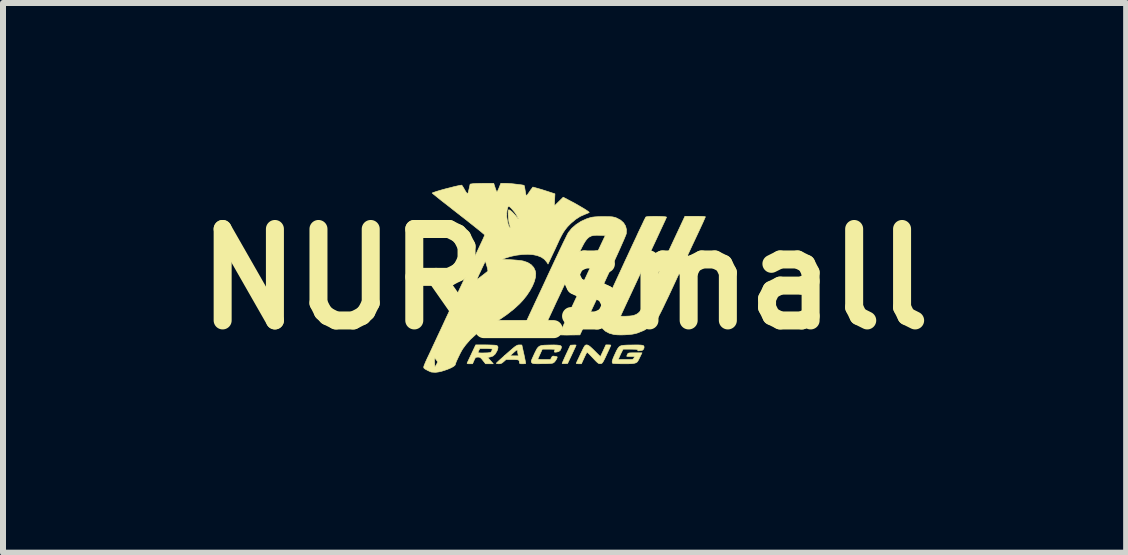
<source format=kicad_pcb>
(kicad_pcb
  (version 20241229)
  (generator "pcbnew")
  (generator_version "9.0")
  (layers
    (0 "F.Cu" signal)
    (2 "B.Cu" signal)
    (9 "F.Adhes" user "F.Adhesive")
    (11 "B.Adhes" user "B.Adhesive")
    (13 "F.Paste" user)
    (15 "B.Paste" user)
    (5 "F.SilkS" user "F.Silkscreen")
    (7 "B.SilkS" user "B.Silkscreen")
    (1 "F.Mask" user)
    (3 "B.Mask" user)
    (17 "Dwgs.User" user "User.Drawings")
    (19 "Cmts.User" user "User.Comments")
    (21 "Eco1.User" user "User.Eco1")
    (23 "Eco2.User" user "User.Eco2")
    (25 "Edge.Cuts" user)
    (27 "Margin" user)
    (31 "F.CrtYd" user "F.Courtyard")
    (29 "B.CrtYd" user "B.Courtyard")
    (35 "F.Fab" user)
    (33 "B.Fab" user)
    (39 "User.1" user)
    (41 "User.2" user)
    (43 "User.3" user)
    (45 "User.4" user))
  (footprint "NUR_small"
    (layer "F.Cu")
    (at 6.357 1.6)
    (property "Reference" "NUR_small" (at 0 0 0) (layer "F.SilkS") (effects (font (size 1.524 1.524) (thickness 0.3))))
    (attr through_hole)
    (fp_poly (pts (xy 0.191 1.1) (xy 0.193 1.101) (xy 0.189 1.111) (xy 0.178 1.137) (xy 0.16 1.175) (xy 0.139 1.221) (xy 0.122 1.257) (xy 0.051 1.407) (xy 0.005 1.41) (xy -0.022 1.41) (xy -0.038 1.408) (xy -0.04 1.405) (xy -0.036 1.394) (xy -0.024 1.367) (xy -0.007 1.329) (xy 0.014 1.282) (xy 0.029 1.25) (xy 0.098 1.102) (xy 0.146 1.099) (xy 0.173 1.098) (xy 0.191 1.1)) (stroke (width 0.01) (type solid)) (fill yes) (layer "F.SilkS"))
    (fp_poly (pts (xy 0.757 1.098) (xy 0.771 1.101) (xy 0.772 1.102) (xy 0.768 1.112) (xy 0.757 1.138) (xy 0.74 1.175) (xy 0.718 1.222) (xy 0.702 1.257) (xy 0.676 1.313) (xy 0.656 1.353) (xy 0.641 1.38) (xy 0.63 1.396) (xy 0.619 1.405) (xy 0.608 1.409) (xy 0.598 1.41) (xy 0.583 1.41) (xy 0.568 1.406) (xy 0.552 1.395) (xy 0.531 1.376) (xy 0.501 1.345) (xy 0.474 1.316) (xy 0.44 1.28) (xy 0.411 1.25) (xy 0.389 1.229) (xy 0.377 1.219) (xy 0.377 1.219) (xy 0.369 1.228) (xy 0.356 1.251) (xy 0.339 1.286) (xy 0.325 1.316) (xy 0.281 1.412) (xy 0.236 1.412) (xy 0.21 1.41) (xy 0.196 1.406) (xy 0.195 1.403) (xy 0.2 1.392) (xy 0.212 1.365) (xy 0.231 1.326) (xy 0.253 1.279) (xy 0.268 1.246) (xy 0.295 1.191) (xy 0.314 1.151) (xy 0.329 1.125) (xy 0.34 1.109) (xy 0.35 1.101) (xy 0.361 1.098) (xy 0.37 1.097) (xy 0.385 1.1) (xy 0.402 1.108) (xy 0.425 1.125) (xy 0.455 1.152) (xy 0.496 1.191) (xy 0.499 1.195) (xy 0.598 1.293) (xy 0.644 1.195) (xy 0.689 1.097) (xy 0.731 1.097) (xy 0.757 1.098)) (stroke (width 0.01) (type solid)) (fill yes) (layer "F.SilkS"))
    (fp_poly (pts (xy -0.728 1.098) (xy -0.713 1.099) (xy -0.711 1.1) (xy -0.709 1.11) (xy -0.703 1.137) (xy -0.694 1.176) (xy -0.684 1.225) (xy -0.677 1.252) (xy -0.666 1.305) (xy -0.657 1.35) (xy -0.651 1.384) (xy -0.648 1.404) (xy -0.649 1.407) (xy -0.661 1.41) (xy -0.686 1.412) (xy -0.703 1.412) (xy -0.733 1.411) (xy -0.747 1.406) (xy -0.752 1.395) (xy -0.752 1.393) (xy -0.753 1.371) (xy -0.759 1.356) (xy -0.773 1.347) (xy -0.798 1.343) (xy -0.839 1.341) (xy -0.87 1.341) (xy -0.975 1.341) (xy -1.015 1.377) (xy -1.044 1.4) (xy -1.07 1.41) (xy -1.097 1.412) (xy -1.122 1.41) (xy -1.136 1.405) (xy -1.136 1.402) (xy -1.128 1.393) (xy -1.106 1.372) (xy -1.074 1.342) (xy -1.033 1.306) (xy -1.004 1.279) (xy -0.909 1.279) (xy -0.77 1.28) (xy -0.776 1.248) (xy -0.781 1.219) (xy -0.782 1.198) (xy -0.784 1.184) (xy -0.791 1.181) (xy -0.806 1.189) (xy -0.831 1.209) (xy -0.853 1.229) (xy -0.909 1.279) (xy -1.004 1.279) (xy -0.986 1.264) (xy -0.965 1.245) (xy -0.91 1.197) (xy -0.868 1.161) (xy -0.836 1.134) (xy -0.812 1.117) (xy -0.793 1.106) (xy -0.778 1.1) (xy -0.764 1.098) (xy -0.754 1.098) (xy -0.728 1.098)) (stroke (width 0.01) (type solid)) (fill yes) (layer "F.SilkS"))
    (fp_poly (pts (xy -1.253 1.098) (xy -1.2 1.1) (xy -1.159 1.102) (xy -1.133 1.106) (xy -1.127 1.108) (xy -1.112 1.122) (xy -1.109 1.145) (xy -1.118 1.18) (xy -1.127 1.201) (xy -1.156 1.25) (xy -1.193 1.283) (xy -1.238 1.298) (xy -1.281 1.306) (xy -1.234 1.359) (xy -1.187 1.412) (xy -1.316 1.412) (xy -1.36 1.356) (xy -1.384 1.327) (xy -1.402 1.31) (xy -1.419 1.302) (xy -1.441 1.3) (xy -1.443 1.3) (xy -1.466 1.302) (xy -1.481 1.308) (xy -1.493 1.323) (xy -1.507 1.353) (xy -1.508 1.356) (xy -1.533 1.412) (xy -1.58 1.412) (xy -1.607 1.411) (xy -1.622 1.406) (xy -1.624 1.403) (xy -1.619 1.391) (xy -1.606 1.364) (xy -1.588 1.326) (xy -1.566 1.279) (xy -1.55 1.246) (xy -1.541 1.226) (xy -1.443 1.226) (xy -1.433 1.229) (xy -1.408 1.231) (xy -1.37 1.232) (xy -1.336 1.231) (xy -1.288 1.23) (xy -1.257 1.227) (xy -1.238 1.224) (xy -1.226 1.217) (xy -1.218 1.207) (xy -1.214 1.2) (xy -1.206 1.178) (xy -1.206 1.165) (xy -1.206 1.165) (xy -1.218 1.162) (xy -1.246 1.16) (xy -1.285 1.158) (xy -1.312 1.158) (xy -1.412 1.158) (xy -1.427 1.188) (xy -1.438 1.211) (xy -1.443 1.226) (xy -1.443 1.226) (xy -1.541 1.226) (xy -1.48 1.097) (xy -1.314 1.097) (xy -1.253 1.098)) (stroke (width 0.01) (type solid)) (fill yes) (layer "F.SilkS"))
    (fp_poly (pts (xy -0.124 1.1) (xy -0.088 1.104) (xy -0.065 1.111) (xy -0.054 1.121) (xy -0.052 1.136) (xy -0.054 1.149) (xy -0.07 1.186) (xy -0.097 1.208) (xy -0.13 1.216) (xy -0.159 1.219) (xy -0.171 1.214) (xy -0.168 1.201) (xy -0.162 1.188) (xy -0.159 1.179) (xy -0.161 1.174) (xy -0.173 1.17) (xy -0.197 1.169) (xy -0.236 1.168) (xy -0.261 1.168) (xy -0.371 1.168) (xy -0.406 1.246) (xy -0.423 1.283) (xy -0.436 1.313) (xy -0.444 1.33) (xy -0.445 1.333) (xy -0.437 1.336) (xy -0.413 1.339) (xy -0.376 1.341) (xy -0.341 1.341) (xy -0.234 1.341) (xy -0.218 1.31) (xy -0.206 1.29) (xy -0.191 1.283) (xy -0.166 1.286) (xy -0.165 1.286) (xy -0.139 1.291) (xy -0.124 1.296) (xy -0.123 1.296) (xy -0.123 1.308) (xy -0.132 1.33) (xy -0.147 1.355) (xy -0.164 1.378) (xy -0.169 1.383) (xy -0.18 1.392) (xy -0.192 1.399) (xy -0.208 1.403) (xy -0.233 1.406) (xy -0.269 1.408) (xy -0.32 1.41) (xy -0.36 1.41) (xy -0.423 1.411) (xy -0.469 1.411) (xy -0.5 1.41) (xy -0.521 1.407) (xy -0.534 1.403) (xy -0.543 1.397) (xy -0.55 1.387) (xy -0.554 1.377) (xy -0.553 1.362) (xy -0.545 1.34) (xy -0.53 1.306) (xy -0.508 1.258) (xy -0.503 1.246) (xy -0.478 1.196) (xy -0.458 1.159) (xy -0.438 1.134) (xy -0.414 1.117) (xy -0.383 1.107) (xy -0.341 1.102) (xy -0.285 1.1) (xy -0.246 1.099) (xy -0.176 1.098) (xy -0.124 1.1)) (stroke (width 0.01) (type solid)) (fill yes) (layer "F.SilkS"))
    (fp_poly (pts (xy 1.23 1.098) (xy 1.269 1.1) (xy 1.295 1.103) (xy 1.312 1.108) (xy 1.321 1.116) (xy 1.324 1.123) (xy 1.325 1.147) (xy 1.314 1.171) (xy 1.296 1.187) (xy 1.286 1.189) (xy 1.258 1.192) (xy 1.242 1.195) (xy 1.224 1.196) (xy 1.219 1.185) (xy 1.217 1.178) (xy 1.207 1.173) (xy 1.188 1.17) (xy 1.155 1.169) (xy 1.105 1.168) (xy 1.097 1.168) (xy 0.976 1.168) (xy 0.951 1.217) (xy 0.933 1.253) (xy 0.917 1.29) (xy 0.911 1.303) (xy 0.895 1.341) (xy 1.02 1.341) (xy 1.072 1.341) (xy 1.108 1.34) (xy 1.13 1.338) (xy 1.143 1.333) (xy 1.151 1.326) (xy 1.156 1.316) (xy 1.168 1.29) (xy 1.102 1.29) (xy 1.069 1.29) (xy 1.045 1.288) (xy 1.036 1.286) (xy 1.04 1.274) (xy 1.048 1.255) (xy 1.054 1.244) (xy 1.062 1.237) (xy 1.076 1.232) (xy 1.099 1.23) (xy 1.136 1.229) (xy 1.175 1.229) (xy 1.291 1.229) (xy 1.272 1.267) (xy 1.254 1.304) (xy 1.236 1.341) (xy 1.234 1.344) (xy 1.222 1.367) (xy 1.208 1.384) (xy 1.188 1.396) (xy 1.16 1.404) (xy 1.121 1.409) (xy 1.069 1.411) (xy 0.999 1.411) (xy 0.989 1.411) (xy 0.931 1.411) (xy 0.88 1.41) (xy 0.84 1.408) (xy 0.813 1.407) (xy 0.805 1.406) (xy 0.795 1.394) (xy 0.794 1.371) (xy 0.804 1.335) (xy 0.825 1.284) (xy 0.842 1.247) (xy 0.865 1.197) (xy 0.885 1.161) (xy 0.904 1.135) (xy 0.925 1.118) (xy 0.954 1.108) (xy 0.992 1.103) (xy 1.044 1.1) (xy 1.105 1.099) (xy 1.176 1.098) (xy 1.23 1.098)) (stroke (width 0.01) (type solid)) (fill yes) (layer "F.SilkS"))
    (fp_poly (pts (xy 0.712 -1.04) (xy 0.758 -1.039) (xy 0.793 -1.037) (xy 0.82 -1.032) (xy 0.844 -1.026) (xy 0.868 -1.017) (xy 0.934 -0.982) (xy 0.984 -0.937) (xy 1.017 -0.883) (xy 1.032 -0.823) (xy 1.029 -0.757) (xy 1.028 -0.754) (xy 1.022 -0.736) (xy 1.007 -0.7) (xy 0.985 -0.647) (xy 0.955 -0.58) (xy 0.919 -0.498) (xy 0.876 -0.403) (xy 0.827 -0.296) (xy 0.773 -0.178) (xy 0.713 -0.05) (xy 0.65 0.087) (xy 0.637 0.115) (xy 0.256 0.93) (xy 0.091 0.932) (xy 0.035 0.933) (xy -0.014 0.932) (xy -0.052 0.931) (xy -0.076 0.929) (xy -0.082 0.927) (xy -0.08 0.917) (xy -0.069 0.89) (xy -0.052 0.848) (xy -0.028 0.794) (xy 0.001 0.729) (xy 0.034 0.655) (xy 0.071 0.575) (xy 0.098 0.518) (xy 0.141 0.426) (xy 0.185 0.332) (xy 0.227 0.241) (xy 0.268 0.154) (xy 0.304 0.076) (xy 0.335 0.009) (xy 0.36 -0.043) (xy 0.366 -0.056) (xy 0.393 -0.115) (xy 0.427 -0.188) (xy 0.465 -0.269) (xy 0.504 -0.353) (xy 0.542 -0.435) (xy 0.562 -0.478) (xy 0.679 -0.726) (xy 0.591 -0.729) (xy 0.534 -0.73) (xy 0.487 -0.727) (xy 0.447 -0.718) (xy 0.412 -0.701) (xy 0.381 -0.675) (xy 0.351 -0.638) (xy 0.32 -0.588) (xy 0.286 -0.523) (xy 0.247 -0.441) (xy 0.236 -0.417) (xy 0.203 -0.347) (xy 0.17 -0.275) (xy 0.139 -0.207) (xy 0.111 -0.146) (xy 0.088 -0.098) (xy 0.083 -0.086) (xy 0.068 -0.054) (xy 0.045 -0.006) (xy 0.016 0.056) (xy -0.018 0.129) (xy -0.056 0.211) (xy -0.097 0.299) (xy -0.141 0.391) (xy -0.181 0.478) (xy -0.392 0.93) (xy -0.562 0.932) (xy -0.629 0.933) (xy -0.677 0.933) (xy -0.709 0.931) (xy -0.727 0.927) (xy -0.732 0.923) (xy -0.727 0.912) (xy -0.716 0.884) (xy -0.697 0.842) (xy -0.673 0.787) (xy -0.643 0.723) (xy -0.61 0.651) (xy -0.574 0.573) (xy -0.57 0.565) (xy -0.483 0.378) (xy -0.404 0.21) (xy -0.333 0.058) (xy -0.27 -0.079) (xy -0.213 -0.2) (xy -0.163 -0.307) (xy -0.119 -0.4) (xy -0.081 -0.481) (xy -0.048 -0.55) (xy -0.02 -0.609) (xy 0.004 -0.657) (xy 0.023 -0.696) (xy 0.038 -0.727) (xy 0.05 -0.75) (xy 0.059 -0.767) (xy 0.065 -0.777) (xy 0.12 -0.845) (xy 0.191 -0.907) (xy 0.274 -0.961) (xy 0.366 -1.003) (xy 0.427 -1.023) (xy 0.462 -1.031) (xy 0.503 -1.036) (xy 0.554 -1.039) (xy 0.618 -1.041) (xy 0.65 -1.041) (xy 0.712 -1.04)) (stroke (width 0.01) (type solid)) (fill yes) (layer "F.SilkS"))
    (fp_poly (pts (xy 2.233 -1.046) (xy 2.281 -1.045) (xy 2.318 -1.043) (xy 2.341 -1.04) (xy 2.347 -1.038) (xy 2.343 -1.026) (xy 2.331 -1) (xy 2.314 -0.96) (xy 2.291 -0.91) (xy 2.265 -0.854) (xy 2.255 -0.832) (xy 2.231 -0.781) (xy 2.2 -0.715) (xy 2.163 -0.636) (xy 2.121 -0.547) (xy 2.077 -0.452) (xy 2.031 -0.354) (xy 1.985 -0.255) (xy 1.954 -0.188) (xy 1.884 -0.039) (xy 1.823 0.092) (xy 1.769 0.208) (xy 1.722 0.308) (xy 1.68 0.395) (xy 1.645 0.469) (xy 1.614 0.532) (xy 1.587 0.585) (xy 1.565 0.628) (xy 1.545 0.663) (xy 1.527 0.692) (xy 1.511 0.715) (xy 1.496 0.733) (xy 1.482 0.748) (xy 1.467 0.761) (xy 1.452 0.773) (xy 1.435 0.785) (xy 1.419 0.797) (xy 1.319 0.857) (xy 1.213 0.899) (xy 1.178 0.909) (xy 1.132 0.918) (xy 1.072 0.925) (xy 1.005 0.929) (xy 0.938 0.931) (xy 0.877 0.929) (xy 0.828 0.925) (xy 0.823 0.924) (xy 0.746 0.903) (xy 0.682 0.869) (xy 0.633 0.825) (xy 0.599 0.772) (xy 0.583 0.711) (xy 0.585 0.644) (xy 0.588 0.627) (xy 0.594 0.612) (xy 0.607 0.581) (xy 0.627 0.534) (xy 0.654 0.474) (xy 0.686 0.402) (xy 0.724 0.32) (xy 0.765 0.23) (xy 0.809 0.132) (xy 0.856 0.03) (xy 0.905 -0.076) (xy 0.955 -0.184) (xy 1.005 -0.293) (xy 1.055 -0.4) (xy 1.103 -0.504) (xy 1.149 -0.603) (xy 1.193 -0.696) (xy 1.232 -0.782) (xy 1.268 -0.857) (xy 1.299 -0.921) (xy 1.323 -0.973) (xy 1.342 -1.01) (xy 1.352 -1.031) (xy 1.355 -1.034) (xy 1.367 -1.038) (xy 1.395 -1.042) (xy 1.435 -1.044) (xy 1.482 -1.045) (xy 1.533 -1.045) (xy 1.583 -1.044) (xy 1.628 -1.042) (xy 1.666 -1.039) (xy 1.691 -1.036) (xy 1.7 -1.031) (xy 1.7 -1.031) (xy 1.695 -1.021) (xy 1.683 -0.993) (xy 1.663 -0.95) (xy 1.636 -0.892) (xy 1.603 -0.821) (xy 1.565 -0.739) (xy 1.522 -0.646) (xy 1.474 -0.544) (xy 1.423 -0.434) (xy 1.369 -0.317) (xy 1.316 -0.205) (xy 1.26 -0.084) (xy 1.206 0.032) (xy 1.155 0.141) (xy 1.108 0.242) (xy 1.065 0.334) (xy 1.027 0.415) (xy 0.995 0.484) (xy 0.969 0.54) (xy 0.95 0.581) (xy 0.938 0.607) (xy 0.935 0.616) (xy 0.944 0.619) (xy 0.969 0.62) (xy 1.003 0.62) (xy 1.044 0.618) (xy 1.084 0.616) (xy 1.12 0.612) (xy 1.147 0.607) (xy 1.151 0.606) (xy 1.194 0.59) (xy 1.227 0.569) (xy 1.256 0.54) (xy 1.282 0.498) (xy 1.305 0.454) (xy 1.313 0.436) (xy 1.321 0.419) (xy 1.33 0.4) (xy 1.34 0.38) (xy 1.351 0.356) (xy 1.365 0.327) (xy 1.381 0.293) (xy 1.4 0.251) (xy 1.424 0.201) (xy 1.452 0.141) (xy 1.484 0.071) (xy 1.523 -0.012) (xy 1.568 -0.107) (xy 1.619 -0.217) (xy 1.678 -0.343) (xy 1.744 -0.486) (xy 1.758 -0.516) (xy 2.006 -1.046) (xy 2.176 -1.046) (xy 2.233 -1.046)) (stroke (width 0.01) (type solid)) (fill yes) (layer "F.SilkS"))
    (fp_poly (pts (xy -1.158 -1.527) (xy -1.146 -1.492) (xy -1.135 -1.464) (xy -1.129 -1.451) (xy -1.129 -1.451) (xy -1.122 -1.456) (xy -1.111 -1.476) (xy -1.097 -1.507) (xy -1.092 -1.519) (xy -1.062 -1.595) (xy -0.983 -1.595) (xy -0.951 -1.594) (xy -0.909 -1.591) (xy -0.86 -1.587) (xy -0.809 -1.581) (xy -0.761 -1.575) (xy -0.719 -1.57) (xy -0.689 -1.565) (xy -0.673 -1.56) (xy -0.673 -1.56) (xy -0.67 -1.549) (xy -0.664 -1.523) (xy -0.658 -1.487) (xy -0.656 -1.474) (xy -0.649 -1.435) (xy -0.643 -1.405) (xy -0.639 -1.388) (xy -0.638 -1.386) (xy -0.63 -1.391) (xy -0.616 -1.409) (xy -0.605 -1.425) (xy -0.582 -1.458) (xy -0.56 -1.491) (xy -0.552 -1.5) (xy -0.528 -1.533) (xy -0.455 -1.513) (xy -0.413 -1.501) (xy -0.36 -1.485) (xy -0.304 -1.467) (xy -0.27 -1.456) (xy -0.16 -1.42) (xy -0.165 -1.319) (xy -0.17 -1.218) (xy -0.096 -1.291) (xy -0.022 -1.364) (xy 0.103 -1.298) (xy 0.162 -1.267) (xy 0.22 -1.234) (xy 0.275 -1.202) (xy 0.324 -1.173) (xy 0.365 -1.147) (xy 0.394 -1.127) (xy 0.41 -1.113) (xy 0.411 -1.109) (xy 0.399 -1.103) (xy 0.374 -1.092) (xy 0.345 -1.081) (xy 0.261 -1.044) (xy 0.183 -0.994) (xy 0.105 -0.928) (xy 0.091 -0.914) (xy 0.05 -0.872) (xy 0.015 -0.829) (xy -0.017 -0.783) (xy -0.049 -0.728) (xy -0.083 -0.661) (xy -0.104 -0.615) (xy -0.127 -0.565) (xy -0.155 -0.504) (xy -0.185 -0.441) (xy -0.213 -0.382) (xy -0.213 -0.382) (xy -0.275 -0.25) (xy -0.294 -0.28) (xy -0.334 -0.328) (xy -0.387 -0.365) (xy -0.456 -0.392) (xy -0.529 -0.407) (xy -0.612 -0.413) (xy -0.706 -0.409) (xy -0.804 -0.397) (xy -0.899 -0.377) (xy -0.985 -0.35) (xy -0.99 -0.348) (xy -1.039 -0.328) (xy -0.893 -0.322) (xy -0.835 -0.318) (xy -0.778 -0.313) (xy -0.73 -0.308) (xy -0.695 -0.302) (xy -0.689 -0.301) (xy -0.615 -0.276) (xy -0.556 -0.239) (xy -0.513 -0.192) (xy -0.487 -0.135) (xy -0.48 -0.093) (xy -0.484 -0.032) (xy -0.502 0.038) (xy -0.534 0.115) (xy -0.578 0.195) (xy -0.632 0.276) (xy -0.695 0.354) (xy -0.75 0.413) (xy -0.844 0.499) (xy -0.953 0.585) (xy -1.071 0.667) (xy -1.193 0.741) (xy -1.276 0.785) (xy -1.376 0.844) (xy -1.474 0.919) (xy -1.567 1.004) (xy -1.647 1.096) (xy -1.694 1.16) (xy -1.715 1.194) (xy -1.738 1.237) (xy -1.761 1.284) (xy -1.783 1.33) (xy -1.802 1.371) (xy -1.814 1.403) (xy -1.819 1.422) (xy -1.819 1.423) (xy -1.828 1.439) (xy -1.853 1.458) (xy -1.891 1.479) (xy -1.938 1.499) (xy -1.99 1.518) (xy -2.043 1.535) (xy -2.094 1.547) (xy -2.138 1.553) (xy -2.156 1.554) (xy -2.19 1.552) (xy -2.216 1.55) (xy -2.225 1.548) (xy -2.242 1.541) (xy -2.27 1.528) (xy -2.294 1.516) (xy -2.326 1.498) (xy -2.343 1.483) (xy -2.347 1.468) (xy -2.343 1.45) (xy -2.331 1.419) (xy -2.314 1.378) (xy -2.293 1.332) (xy -2.292 1.33) (xy -2.287 1.32) (xy -2.168 1.32) (xy -2.167 1.345) (xy -2.166 1.38) (xy -2.166 1.387) (xy -2.164 1.423) (xy -2.161 1.45) (xy -2.159 1.463) (xy -2.158 1.463) (xy -2.152 1.455) (xy -2.14 1.434) (xy -2.133 1.422) (xy -2.112 1.38) (xy -2.139 1.345) (xy -2.155 1.324) (xy -2.166 1.312) (xy -2.167 1.311) (xy -2.168 1.32) (xy -2.287 1.32) (xy -2.275 1.294) (xy -2.251 1.244) (xy -2.221 1.18) (xy -2.187 1.106) (xy -2.149 1.025) (xy -2.109 0.939) (xy -2.068 0.852) (xy -2.059 0.833) (xy -2.02 0.749) (xy -1.975 0.651) (xy -1.924 0.543) (xy -1.87 0.427) (xy -1.813 0.305) (xy -1.755 0.18) (xy -1.696 0.055) (xy -1.672 0.003) (xy -1.456 0.003) (xy -1.453 0.004) (xy -1.45 0.003) (xy -1.437 -0.007) (xy -1.412 -0.027) (xy -1.38 -0.052) (xy -1.361 -0.066) (xy -1.328 -0.092) (xy -1.3 -0.114) (xy -1.282 -0.128) (xy -1.278 -0.131) (xy -1.278 -0.143) (xy -1.282 -0.169) (xy -1.291 -0.205) (xy -1.295 -0.218) (xy -1.319 -0.3) (xy -1.375 -0.182) (xy -1.406 -0.115) (xy -1.43 -0.065) (xy -1.445 -0.03) (xy -1.454 -0.008) (xy -1.456 0.003) (xy -1.672 0.003) (xy -1.638 -0.069) (xy -1.582 -0.188) (xy -1.53 -0.3) (xy -1.481 -0.404) (xy -1.439 -0.495) (xy -1.403 -0.572) (xy -1.383 -0.614) (xy -1.363 -0.657) (xy -1.346 -0.695) (xy -1.335 -0.722) (xy -1.331 -0.735) (xy -1.339 -0.744) (xy -1.362 -0.763) (xy -1.397 -0.793) (xy -1.445 -0.831) (xy -1.502 -0.877) (xy -1.569 -0.93) (xy -1.642 -0.988) (xy -1.722 -1.05) (xy -1.747 -1.07) (xy -0.965 -1.07) (xy -0.962 -1.031) (xy -0.955 -0.985) (xy -0.945 -0.938) (xy -0.934 -0.897) (xy -0.924 -0.873) (xy -0.912 -0.855) (xy -0.906 -0.854) (xy -0.906 -0.868) (xy -0.912 -0.896) (xy -0.917 -0.912) (xy -0.926 -0.944) (xy -0.932 -0.985) (xy -0.937 -1.031) (xy -0.94 -1.076) (xy -0.94 -1.115) (xy -0.937 -1.143) (xy -0.933 -1.153) (xy -0.92 -1.153) (xy -0.898 -1.139) (xy -0.87 -1.115) (xy -0.84 -1.084) (xy -0.81 -1.049) (xy -0.804 -1.041) (xy -0.782 -1.013) (xy -0.769 -1) (xy -0.768 -1.004) (xy -0.777 -1.024) (xy -0.796 -1.059) (xy -0.806 -1.075) (xy -0.827 -1.108) (xy -0.854 -1.141) (xy -0.881 -1.172) (xy -0.906 -1.197) (xy -0.925 -1.212) (xy -0.934 -1.214) (xy -0.943 -1.2) (xy -0.952 -1.172) (xy -0.959 -1.135) (xy -0.964 -1.096) (xy -0.965 -1.07) (xy -1.747 -1.07) (xy -1.768 -1.086) (xy -1.85 -1.15) (xy -1.927 -1.211) (xy -1.998 -1.266) (xy -2.061 -1.315) (xy -2.114 -1.358) (xy -2.156 -1.392) (xy -2.186 -1.416) (xy -2.202 -1.43) (xy -2.205 -1.433) (xy -2.195 -1.439) (xy -2.169 -1.448) (xy -2.13 -1.461) (xy -2.081 -1.476) (xy -2.025 -1.492) (xy -1.965 -1.508) (xy -1.904 -1.523) (xy -1.847 -1.538) (xy -1.795 -1.55) (xy -1.753 -1.559) (xy -1.723 -1.564) (xy -1.713 -1.565) (xy -1.706 -1.556) (xy -1.692 -1.535) (xy -1.673 -1.503) (xy -1.665 -1.488) (xy -1.645 -1.455) (xy -1.628 -1.431) (xy -1.617 -1.42) (xy -1.614 -1.42) (xy -1.609 -1.433) (xy -1.601 -1.46) (xy -1.592 -1.497) (xy -1.59 -1.505) (xy -1.573 -1.582) (xy -1.527 -1.589) (xy -1.5 -1.591) (xy -1.458 -1.593) (xy -1.405 -1.594) (xy -1.348 -1.595) (xy -1.33 -1.595) (xy -1.18 -1.595) (xy -1.158 -1.527)) (stroke (width 0.01) (type solid)) (fill yes) (layer "F.SilkS")))
  (gr_rect
    (start -3 -3)
    (end 15.715 6.159)
    (stroke (width 0.1) (type default))
    (fill no)
    (layer "Edge.Cuts")))
</source>
